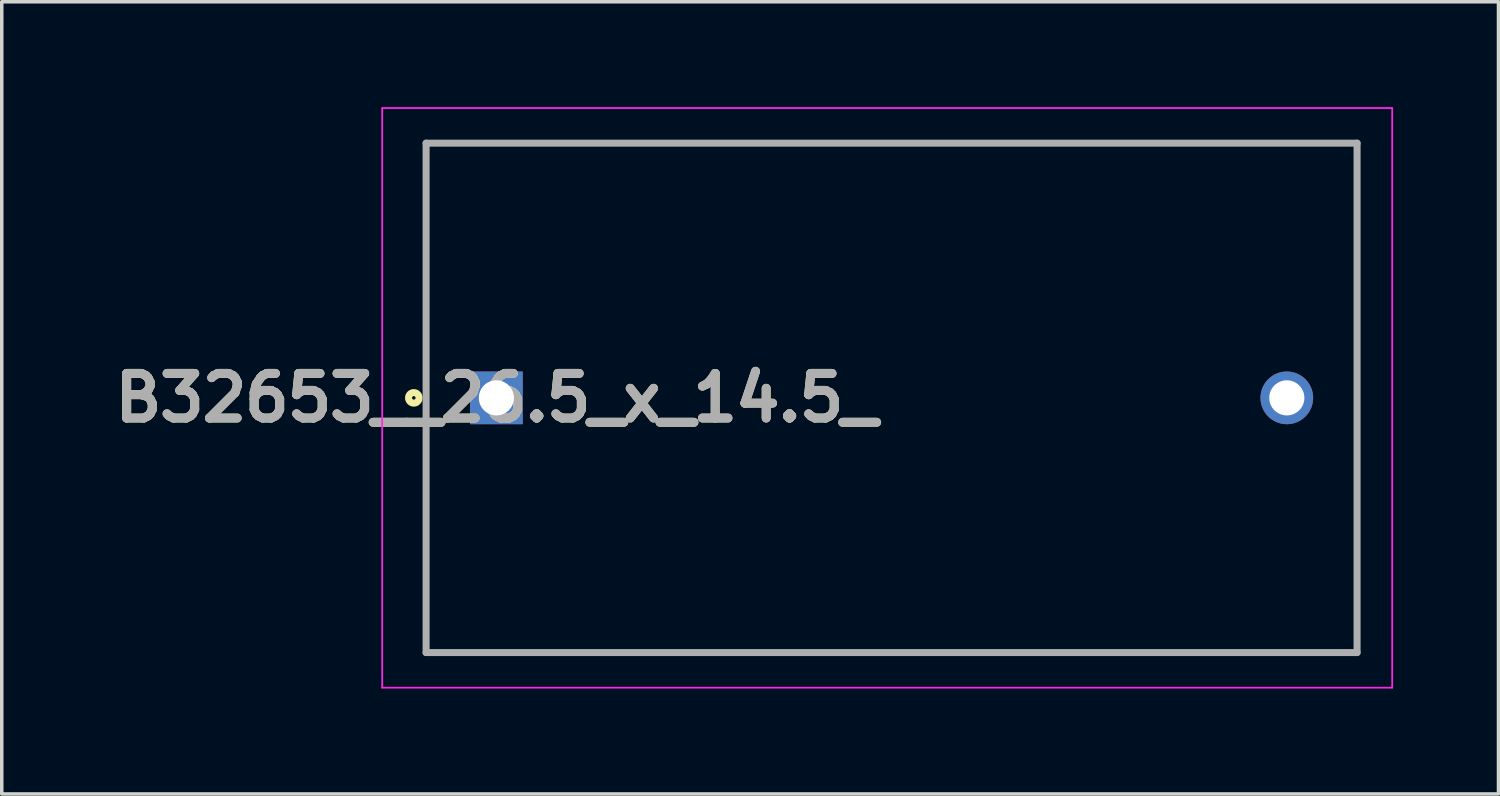
<source format=kicad_pcb>
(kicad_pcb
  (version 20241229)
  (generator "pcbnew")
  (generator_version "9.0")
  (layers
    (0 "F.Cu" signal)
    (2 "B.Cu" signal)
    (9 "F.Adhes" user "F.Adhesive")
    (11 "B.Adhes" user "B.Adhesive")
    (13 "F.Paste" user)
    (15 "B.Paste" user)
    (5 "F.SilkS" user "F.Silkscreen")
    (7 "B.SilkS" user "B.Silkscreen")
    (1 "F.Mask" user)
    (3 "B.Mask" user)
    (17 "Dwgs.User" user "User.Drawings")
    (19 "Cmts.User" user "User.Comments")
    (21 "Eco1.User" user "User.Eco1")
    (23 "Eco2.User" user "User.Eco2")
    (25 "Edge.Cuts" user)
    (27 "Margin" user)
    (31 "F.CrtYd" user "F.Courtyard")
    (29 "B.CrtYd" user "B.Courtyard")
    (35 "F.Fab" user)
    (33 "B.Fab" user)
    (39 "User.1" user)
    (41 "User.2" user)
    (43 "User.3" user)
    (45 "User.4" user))
  (footprint "B32653__26.5_x_14.5_"
    (layer "F.Cu")
    (at 11.079 8.275)
    (property "Reference" "B32653__26.5_x_14.5_" (at 0 0 0) (layer "F.SilkS") (effects (font (size 1.27 1.27) (thickness 0.254))))
    (attr through_hole)
    (fp_line (start -2 -7.25) (end 24.5 -7.25) (stroke (width 0.1) (type solid)) (layer "F.SilkS"))
    (fp_line (start -2 7.25) (end -2 -7.25) (stroke (width 0.1) (type solid)) (layer "F.SilkS"))
    (fp_line (start 24.5 -7.25) (end 24.5 7.25) (stroke (width 0.1) (type solid)) (layer "F.SilkS"))
    (fp_line (start 24.5 7.25) (end -2 7.25) (stroke (width 0.1) (type solid)) (layer "F.SilkS"))
    (fp_circle (center -2.35 0) (end -2.35 0.05) (stroke (width 0.2) (type solid)) (fill no) (layer "F.SilkS"))
    (fp_line (start -3.25 -8.25) (end 25.5 -8.25) (stroke (width 0.05) (type solid)) (layer "F.CrtYd"))
    (fp_line (start -3.25 8.25) (end -3.25 -8.25) (stroke (width 0.05) (type solid)) (layer "F.CrtYd"))
    (fp_line (start 25.5 -8.25) (end 25.5 8.25) (stroke (width 0.05) (type solid)) (layer "F.CrtYd"))
    (fp_line (start 25.5 8.25) (end -3.25 8.25) (stroke (width 0.05) (type solid)) (layer "F.CrtYd"))
    (fp_line (start -2 -7.25) (end 24.5 -7.25) (stroke (width 0.2) (type solid)) (layer "F.Fab"))
    (fp_line (start -2 7.25) (end -2 -7.25) (stroke (width 0.2) (type solid)) (layer "F.Fab"))
    (fp_line (start 24.5 -7.25) (end 24.5 7.25) (stroke (width 0.2) (type solid)) (layer "F.Fab"))
    (fp_line (start 24.5 7.25) (end -2 7.25) (stroke (width 0.2) (type solid)) (layer "F.Fab"))
    (fp_text user "${REFERENCE}" (at 0 0 0) (layer "F.Fab") (effects (font (size 1.27 1.27) (thickness 0.254))))
    (pad "1" thru_hole rect (at 0 0) (size 1.5 1.5) (drill 1) (layers "*.Cu" "*.Mask"))
    (pad "2" thru_hole circle (at 22.5 0) (size 1.5 1.5) (drill 1) (layers "*.Cu" "*.Mask")))
  (gr_rect
    (start -3 -3)
    (end 39.604 19.55)
    (stroke (width 0.1) (type default))
    (fill no)
    (layer "Edge.Cuts")))
</source>
